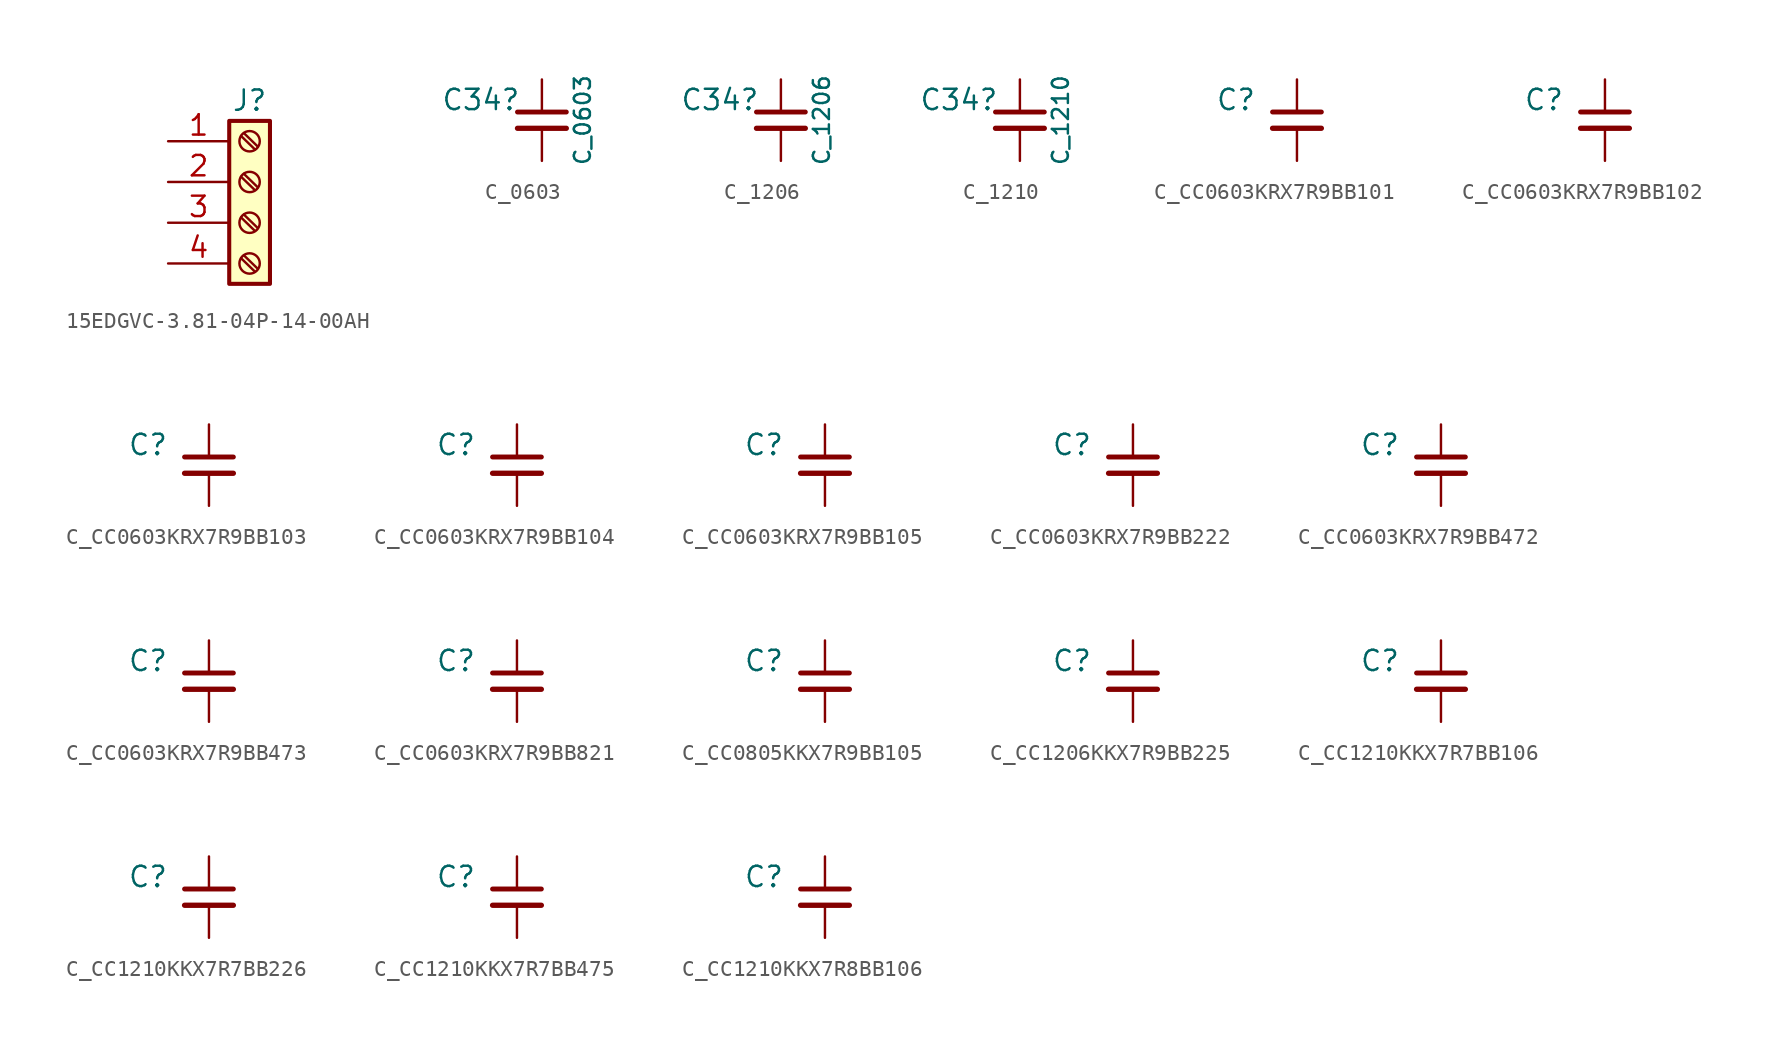
<source format=kicad_sym>
(kicad_symbol_lib
  (version 20220914)
  (generator kicad_symbol_editor)
  (symbol "15EDGVC-3.81-04P-14-00AH"
    (pin_names
      (offset 1.016) hide)
    (property "Reference" "J"
      (at 0 5.08 0)
      (effects (font (size 1.27 1.27))))
    (symbol "15EDGVC-3.81-04P-14-00AH_1_1"
      (rectangle (start -1.27 3.81) (end 1.27 -6.35) (stroke (width 0.254) (type default)) (fill (type background)))
      (circle (center 0 -5.08) (radius 0.635) (stroke (width 0.152) (type default)) (fill (type none)))
      (circle (center 0 -2.54) (radius 0.635) (stroke (width 0.152) (type default)) (fill (type none)))
      (polyline (pts (xy -0.533 -4.75) (xy 0.33 -5.588)) (stroke (width 0.152) (type default)) (fill (type none)))
      (polyline (pts (xy -0.533 -2.21) (xy 0.33 -3.048)) (stroke (width 0.152) (type default)) (fill (type none)))
      (polyline (pts (xy -0.533 0.33) (xy 0.33 -0.508)) (stroke (width 0.152) (type default)) (fill (type none)))
      (polyline (pts (xy -0.533 2.87) (xy 0.33 2.032)) (stroke (width 0.152) (type default)) (fill (type none)))
      (polyline (pts (xy -0.356 -4.572) (xy 0.508 -5.41)) (stroke (width 0.152) (type default)) (fill (type none)))
      (polyline (pts (xy -0.356 -2.032) (xy 0.508 -2.87)) (stroke (width 0.152) (type default)) (fill (type none)))
      (polyline (pts (xy -0.356 0.508) (xy 0.508 -0.33)) (stroke (width 0.152) (type default)) (fill (type none)))
      (polyline (pts (xy -0.356 3.048) (xy 0.508 2.21)) (stroke (width 0.152) (type default)) (fill (type none)))
      (circle (center 0 0) (radius 0.635) (stroke (width 0.152) (type default)) (fill (type none)))
      (circle (center 0 2.54) (radius 0.635) (stroke (width 0.152) (type default)) (fill (type none)))
      (pin passive line (at -5.08 2.54 0) (length 3.81) (name "Pin_1" (effects (font (size 1.27 1.27)))) (number "1" (effects (font (size 1.27 1.27)))))
      (pin passive line (at -5.08 0 0) (length 3.81) (name "Pin_2" (effects (font (size 1.27 1.27)))) (number "2" (effects (font (size 1.27 1.27)))))
      (pin passive line (at -5.08 -2.54 0) (length 3.81) (name "Pin_3" (effects (font (size 1.27 1.27)))) (number "3" (effects (font (size 1.27 1.27)))))
      (pin passive line (at -5.08 -5.08 0) (length 3.81) (name "Pin_4" (effects (font (size 1.27 1.27)))) (number "4" (effects (font (size 1.27 1.27)))))))
  (symbol "C_0603"
    (pin_numbers hide)
    (pin_names
      (offset 0.254) hide)
    (property "Reference" "C34"
      (at -3.81 1.27 0)
      (effects (font (size 1.27 1.27))))
    (property "Value" "C_0603"
      (at 2.54 0 90)
      (effects (font (size 1 1))))
    (symbol "C_0603_0_1"
      (polyline (pts (xy -1.524 -0.508) (xy 1.524 -0.508)) (stroke (width 0.33) (type default)) (fill (type none)))
      (polyline (pts (xy -1.524 0.508) (xy 1.524 0.508)) (stroke (width 0.305) (type default)) (fill (type none))))
    (symbol "C_0603_1_1"
      (pin passive line (at 0 2.54 270) (length 2.032) (name "~" (effects (font (size 1.27 1.27)))) (number "1" (effects (font (size 1.27 1.27)))))
      (pin passive line (at 0 -2.54 90) (length 2.032) (name "~" (effects (font (size 1.27 1.27)))) (number "2" (effects (font (size 1.27 1.27)))))))
  (symbol "C_1206"
    (pin_numbers hide)
    (pin_names
      (offset 0.254) hide)
    (property "Reference" "C34"
      (at -3.81 1.27 0)
      (effects (font (size 1.27 1.27))))
    (property "Value" "C_1206"
      (at 2.54 0 90)
      (effects (font (size 1 1))))
    (symbol "C_1206_0_1"
      (polyline (pts (xy -1.524 -0.508) (xy 1.524 -0.508)) (stroke (width 0.33) (type default)) (fill (type none)))
      (polyline (pts (xy -1.524 0.508) (xy 1.524 0.508)) (stroke (width 0.305) (type default)) (fill (type none))))
    (symbol "C_1206_1_1"
      (pin passive line (at 0 2.54 270) (length 2.032) (name "~" (effects (font (size 1.27 1.27)))) (number "1" (effects (font (size 1.27 1.27)))))
      (pin passive line (at 0 -2.54 90) (length 2.032) (name "~" (effects (font (size 1.27 1.27)))) (number "2" (effects (font (size 1.27 1.27)))))))
  (symbol "C_1210"
    (pin_numbers hide)
    (pin_names
      (offset 0.254) hide)
    (property "Reference" "C34"
      (at -3.81 1.27 0)
      (effects (font (size 1.27 1.27))))
    (property "Value" "C_1210"
      (at 2.54 0 90)
      (effects (font (size 1 1))))
    (symbol "C_1210_0_1"
      (polyline (pts (xy -1.524 -0.508) (xy 1.524 -0.508)) (stroke (width 0.33) (type default)) (fill (type none)))
      (polyline (pts (xy -1.524 0.508) (xy 1.524 0.508)) (stroke (width 0.305) (type default)) (fill (type none))))
    (symbol "C_1210_1_1"
      (pin passive line (at 0 2.54 270) (length 2.032) (name "~" (effects (font (size 1.27 1.27)))) (number "1" (effects (font (size 1.27 1.27)))))
      (pin passive line (at 0 -2.54 90) (length 2.032) (name "~" (effects (font (size 1.27 1.27)))) (number "2" (effects (font (size 1.27 1.27)))))))
  (symbol "C_CC0603KRX7R9BB101"
    (pin_numbers hide)
    (pin_names
      (offset 0.254) hide)
    (property "Reference" "C"
      (at -3.81 1.27 0)
      (effects (font (size 1.27 1.27))))
    (symbol "C_CC0603KRX7R9BB101_0_1"
      (polyline (pts (xy -1.524 -0.508) (xy 1.524 -0.508)) (stroke (width 0.33) (type default)) (fill (type none)))
      (polyline (pts (xy -1.524 0.508) (xy 1.524 0.508)) (stroke (width 0.305) (type default)) (fill (type none))))
    (symbol "C_CC0603KRX7R9BB101_1_1"
      (pin passive line (at 0 2.54 270) (length 2.032) (name "~" (effects (font (size 1.27 1.27)))) (number "1" (effects (font (size 1.27 1.27)))))
      (pin passive line (at 0 -2.54 90) (length 2.032) (name "~" (effects (font (size 1.27 1.27)))) (number "2" (effects (font (size 1.27 1.27)))))))
  (symbol "C_CC0603KRX7R9BB102"
    (pin_numbers hide)
    (pin_names
      (offset 0.254) hide)
    (property "Reference" "C"
      (at -3.81 1.27 0)
      (effects (font (size 1.27 1.27))))
    (symbol "C_CC0603KRX7R9BB102_0_1"
      (polyline (pts (xy -1.524 -0.508) (xy 1.524 -0.508)) (stroke (width 0.33) (type default)) (fill (type none)))
      (polyline (pts (xy -1.524 0.508) (xy 1.524 0.508)) (stroke (width 0.305) (type default)) (fill (type none))))
    (symbol "C_CC0603KRX7R9BB102_1_1"
      (pin passive line (at 0 2.54 270) (length 2.032) (name "~" (effects (font (size 1.27 1.27)))) (number "1" (effects (font (size 1.27 1.27)))))
      (pin passive line (at 0 -2.54 90) (length 2.032) (name "~" (effects (font (size 1.27 1.27)))) (number "2" (effects (font (size 1.27 1.27)))))))
  (symbol "C_CC0603KRX7R9BB103"
    (pin_numbers hide)
    (pin_names
      (offset 0.254) hide)
    (property "Reference" "C"
      (at -3.81 1.27 0)
      (effects (font (size 1.27 1.27))))
    (symbol "C_CC0603KRX7R9BB103_0_1"
      (polyline (pts (xy -1.524 -0.508) (xy 1.524 -0.508)) (stroke (width 0.33) (type default)) (fill (type none)))
      (polyline (pts (xy -1.524 0.508) (xy 1.524 0.508)) (stroke (width 0.305) (type default)) (fill (type none))))
    (symbol "C_CC0603KRX7R9BB103_1_1"
      (pin passive line (at 0 2.54 270) (length 2.032) (name "~" (effects (font (size 1.27 1.27)))) (number "1" (effects (font (size 1.27 1.27)))))
      (pin passive line (at 0 -2.54 90) (length 2.032) (name "~" (effects (font (size 1.27 1.27)))) (number "2" (effects (font (size 1.27 1.27)))))))
  (symbol "C_CC0603KRX7R9BB104"
    (pin_numbers hide)
    (pin_names
      (offset 0.254) hide)
    (property "Reference" "C"
      (at -3.81 1.27 0)
      (effects (font (size 1.27 1.27))))
    (symbol "C_CC0603KRX7R9BB104_0_1"
      (polyline (pts (xy -1.524 -0.508) (xy 1.524 -0.508)) (stroke (width 0.33) (type default)) (fill (type none)))
      (polyline (pts (xy -1.524 0.508) (xy 1.524 0.508)) (stroke (width 0.305) (type default)) (fill (type none))))
    (symbol "C_CC0603KRX7R9BB104_1_1"
      (pin passive line (at 0 2.54 270) (length 2.032) (name "~" (effects (font (size 1.27 1.27)))) (number "1" (effects (font (size 1.27 1.27)))))
      (pin passive line (at 0 -2.54 90) (length 2.032) (name "~" (effects (font (size 1.27 1.27)))) (number "2" (effects (font (size 1.27 1.27)))))))
  (symbol "C_CC0603KRX7R9BB105"
    (pin_numbers hide)
    (pin_names
      (offset 0.254) hide)
    (property "Reference" "C"
      (at -3.81 1.27 0)
      (effects (font (size 1.27 1.27))))
    (symbol "C_CC0603KRX7R9BB105_0_1"
      (polyline (pts (xy -1.524 -0.508) (xy 1.524 -0.508)) (stroke (width 0.33) (type default)) (fill (type none)))
      (polyline (pts (xy -1.524 0.508) (xy 1.524 0.508)) (stroke (width 0.305) (type default)) (fill (type none))))
    (symbol "C_CC0603KRX7R9BB105_1_1"
      (pin passive line (at 0 2.54 270) (length 2.032) (name "~" (effects (font (size 1.27 1.27)))) (number "1" (effects (font (size 1.27 1.27)))))
      (pin passive line (at 0 -2.54 90) (length 2.032) (name "~" (effects (font (size 1.27 1.27)))) (number "2" (effects (font (size 1.27 1.27)))))))
  (symbol "C_CC0603KRX7R9BB222"
    (pin_numbers hide)
    (pin_names
      (offset 0.254) hide)
    (property "Reference" "C"
      (at -3.81 1.27 0)
      (effects (font (size 1.27 1.27))))
    (symbol "C_CC0603KRX7R9BB222_0_1"
      (polyline (pts (xy -1.524 -0.508) (xy 1.524 -0.508)) (stroke (width 0.33) (type default)) (fill (type none)))
      (polyline (pts (xy -1.524 0.508) (xy 1.524 0.508)) (stroke (width 0.305) (type default)) (fill (type none))))
    (symbol "C_CC0603KRX7R9BB222_1_1"
      (pin passive line (at 0 2.54 270) (length 2.032) (name "~" (effects (font (size 1.27 1.27)))) (number "1" (effects (font (size 1.27 1.27)))))
      (pin passive line (at 0 -2.54 90) (length 2.032) (name "~" (effects (font (size 1.27 1.27)))) (number "2" (effects (font (size 1.27 1.27)))))))
  (symbol "C_CC0603KRX7R9BB472"
    (pin_numbers hide)
    (pin_names
      (offset 0.254) hide)
    (property "Reference" "C"
      (at -3.81 1.27 0)
      (effects (font (size 1.27 1.27))))
    (symbol "C_CC0603KRX7R9BB472_0_1"
      (polyline (pts (xy -1.524 -0.508) (xy 1.524 -0.508)) (stroke (width 0.33) (type default)) (fill (type none)))
      (polyline (pts (xy -1.524 0.508) (xy 1.524 0.508)) (stroke (width 0.305) (type default)) (fill (type none))))
    (symbol "C_CC0603KRX7R9BB472_1_1"
      (pin passive line (at 0 2.54 270) (length 2.032) (name "~" (effects (font (size 1.27 1.27)))) (number "1" (effects (font (size 1.27 1.27)))))
      (pin passive line (at 0 -2.54 90) (length 2.032) (name "~" (effects (font (size 1.27 1.27)))) (number "2" (effects (font (size 1.27 1.27)))))))
  (symbol "C_CC0603KRX7R9BB473"
    (pin_numbers hide)
    (pin_names
      (offset 0.254) hide)
    (property "Reference" "C"
      (at -3.81 1.27 0)
      (effects (font (size 1.27 1.27))))
    (symbol "C_CC0603KRX7R9BB473_0_1"
      (polyline (pts (xy -1.524 -0.508) (xy 1.524 -0.508)) (stroke (width 0.33) (type default)) (fill (type none)))
      (polyline (pts (xy -1.524 0.508) (xy 1.524 0.508)) (stroke (width 0.305) (type default)) (fill (type none))))
    (symbol "C_CC0603KRX7R9BB473_1_1"
      (pin passive line (at 0 2.54 270) (length 2.032) (name "~" (effects (font (size 1.27 1.27)))) (number "1" (effects (font (size 1.27 1.27)))))
      (pin passive line (at 0 -2.54 90) (length 2.032) (name "~" (effects (font (size 1.27 1.27)))) (number "2" (effects (font (size 1.27 1.27)))))))
  (symbol "C_CC0603KRX7R9BB821"
    (pin_numbers hide)
    (pin_names
      (offset 0.254) hide)
    (property "Reference" "C"
      (at -3.81 1.27 0)
      (effects (font (size 1.27 1.27))))
    (symbol "C_CC0603KRX7R9BB821_0_1"
      (polyline (pts (xy -1.524 -0.508) (xy 1.524 -0.508)) (stroke (width 0.33) (type default)) (fill (type none)))
      (polyline (pts (xy -1.524 0.508) (xy 1.524 0.508)) (stroke (width 0.305) (type default)) (fill (type none))))
    (symbol "C_CC0603KRX7R9BB821_1_1"
      (pin passive line (at 0 2.54 270) (length 2.032) (name "~" (effects (font (size 1.27 1.27)))) (number "1" (effects (font (size 1.27 1.27)))))
      (pin passive line (at 0 -2.54 90) (length 2.032) (name "~" (effects (font (size 1.27 1.27)))) (number "2" (effects (font (size 1.27 1.27)))))))
  (symbol "C_CC0805KKX7R9BB105"
    (pin_numbers hide)
    (pin_names
      (offset 0.254) hide)
    (property "Reference" "C"
      (at -3.81 1.27 0)
      (effects (font (size 1.27 1.27))))
    (symbol "C_CC0805KKX7R9BB105_0_1"
      (polyline (pts (xy -1.524 -0.508) (xy 1.524 -0.508)) (stroke (width 0.33) (type default)) (fill (type none)))
      (polyline (pts (xy -1.524 0.508) (xy 1.524 0.508)) (stroke (width 0.305) (type default)) (fill (type none))))
    (symbol "C_CC0805KKX7R9BB105_1_1"
      (pin passive line (at 0 2.54 270) (length 2.032) (name "~" (effects (font (size 1.27 1.27)))) (number "1" (effects (font (size 1.27 1.27)))))
      (pin passive line (at 0 -2.54 90) (length 2.032) (name "~" (effects (font (size 1.27 1.27)))) (number "2" (effects (font (size 1.27 1.27)))))))
  (symbol "C_CC1206KKX7R9BB225"
    (pin_numbers hide)
    (pin_names
      (offset 0.254) hide)
    (property "Reference" "C"
      (at -3.81 1.27 0)
      (effects (font (size 1.27 1.27))))
    (symbol "C_CC1206KKX7R9BB225_0_1"
      (polyline (pts (xy -1.524 -0.508) (xy 1.524 -0.508)) (stroke (width 0.33) (type default)) (fill (type none)))
      (polyline (pts (xy -1.524 0.508) (xy 1.524 0.508)) (stroke (width 0.305) (type default)) (fill (type none))))
    (symbol "C_CC1206KKX7R9BB225_1_1"
      (pin passive line (at 0 2.54 270) (length 2.032) (name "~" (effects (font (size 1.27 1.27)))) (number "1" (effects (font (size 1.27 1.27)))))
      (pin passive line (at 0 -2.54 90) (length 2.032) (name "~" (effects (font (size 1.27 1.27)))) (number "2" (effects (font (size 1.27 1.27)))))))
  (symbol "C_CC1210KKX7R7BB106"
    (pin_numbers hide)
    (pin_names
      (offset 0.254) hide)
    (property "Reference" "C"
      (at -3.81 1.27 0)
      (effects (font (size 1.27 1.27))))
    (symbol "C_CC1210KKX7R7BB106_0_1"
      (polyline (pts (xy -1.524 -0.508) (xy 1.524 -0.508)) (stroke (width 0.33) (type default)) (fill (type none)))
      (polyline (pts (xy -1.524 0.508) (xy 1.524 0.508)) (stroke (width 0.305) (type default)) (fill (type none))))
    (symbol "C_CC1210KKX7R7BB106_1_1"
      (pin passive line (at 0 2.54 270) (length 2.032) (name "~" (effects (font (size 1.27 1.27)))) (number "1" (effects (font (size 1.27 1.27)))))
      (pin passive line (at 0 -2.54 90) (length 2.032) (name "~" (effects (font (size 1.27 1.27)))) (number "2" (effects (font (size 1.27 1.27)))))))
  (symbol "C_CC1210KKX7R7BB226"
    (pin_numbers hide)
    (pin_names
      (offset 0.254) hide)
    (property "Reference" "C"
      (at -3.81 1.27 0)
      (effects (font (size 1.27 1.27))))
    (symbol "C_CC1210KKX7R7BB226_0_1"
      (polyline (pts (xy -1.524 -0.508) (xy 1.524 -0.508)) (stroke (width 0.33) (type default)) (fill (type none)))
      (polyline (pts (xy -1.524 0.508) (xy 1.524 0.508)) (stroke (width 0.305) (type default)) (fill (type none))))
    (symbol "C_CC1210KKX7R7BB226_1_1"
      (pin passive line (at 0 2.54 270) (length 2.032) (name "~" (effects (font (size 1.27 1.27)))) (number "1" (effects (font (size 1.27 1.27)))))
      (pin passive line (at 0 -2.54 90) (length 2.032) (name "~" (effects (font (size 1.27 1.27)))) (number "2" (effects (font (size 1.27 1.27)))))))
  (symbol "C_CC1210KKX7R7BB475"
    (pin_numbers hide)
    (pin_names
      (offset 0.254) hide)
    (property "Reference" "C"
      (at -3.81 1.27 0)
      (effects (font (size 1.27 1.27))))
    (symbol "C_CC1210KKX7R7BB475_0_1"
      (polyline (pts (xy -1.524 -0.508) (xy 1.524 -0.508)) (stroke (width 0.33) (type default)) (fill (type none)))
      (polyline (pts (xy -1.524 0.508) (xy 1.524 0.508)) (stroke (width 0.305) (type default)) (fill (type none))))
    (symbol "C_CC1210KKX7R7BB475_1_1"
      (pin passive line (at 0 2.54 270) (length 2.032) (name "~" (effects (font (size 1.27 1.27)))) (number "1" (effects (font (size 1.27 1.27)))))
      (pin passive line (at 0 -2.54 90) (length 2.032) (name "~" (effects (font (size 1.27 1.27)))) (number "2" (effects (font (size 1.27 1.27)))))))
  (symbol "C_CC1210KKX7R8BB106"
    (pin_numbers hide)
    (pin_names
      (offset 0.254) hide)
    (property "Reference" "C"
      (at -3.81 1.27 0)
      (effects (font (size 1.27 1.27))))
    (symbol "C_CC1210KKX7R8BB106_0_1"
      (polyline (pts (xy -1.524 -0.508) (xy 1.524 -0.508)) (stroke (width 0.33) (type default)) (fill (type none)))
      (polyline (pts (xy -1.524 0.508) (xy 1.524 0.508)) (stroke (width 0.305) (type default)) (fill (type none))))
    (symbol "C_CC1210KKX7R8BB106_1_1"
      (pin passive line (at 0 2.54 270) (length 2.032) (name "~" (effects (font (size 1.27 1.27)))) (number "1" (effects (font (size 1.27 1.27)))))
      (pin passive line (at 0 -2.54 90) (length 2.032) (name "~" (effects (font (size 1.27 1.27)))) (number "2" (effects (font (size 1.27 1.27))))))))
</source>
